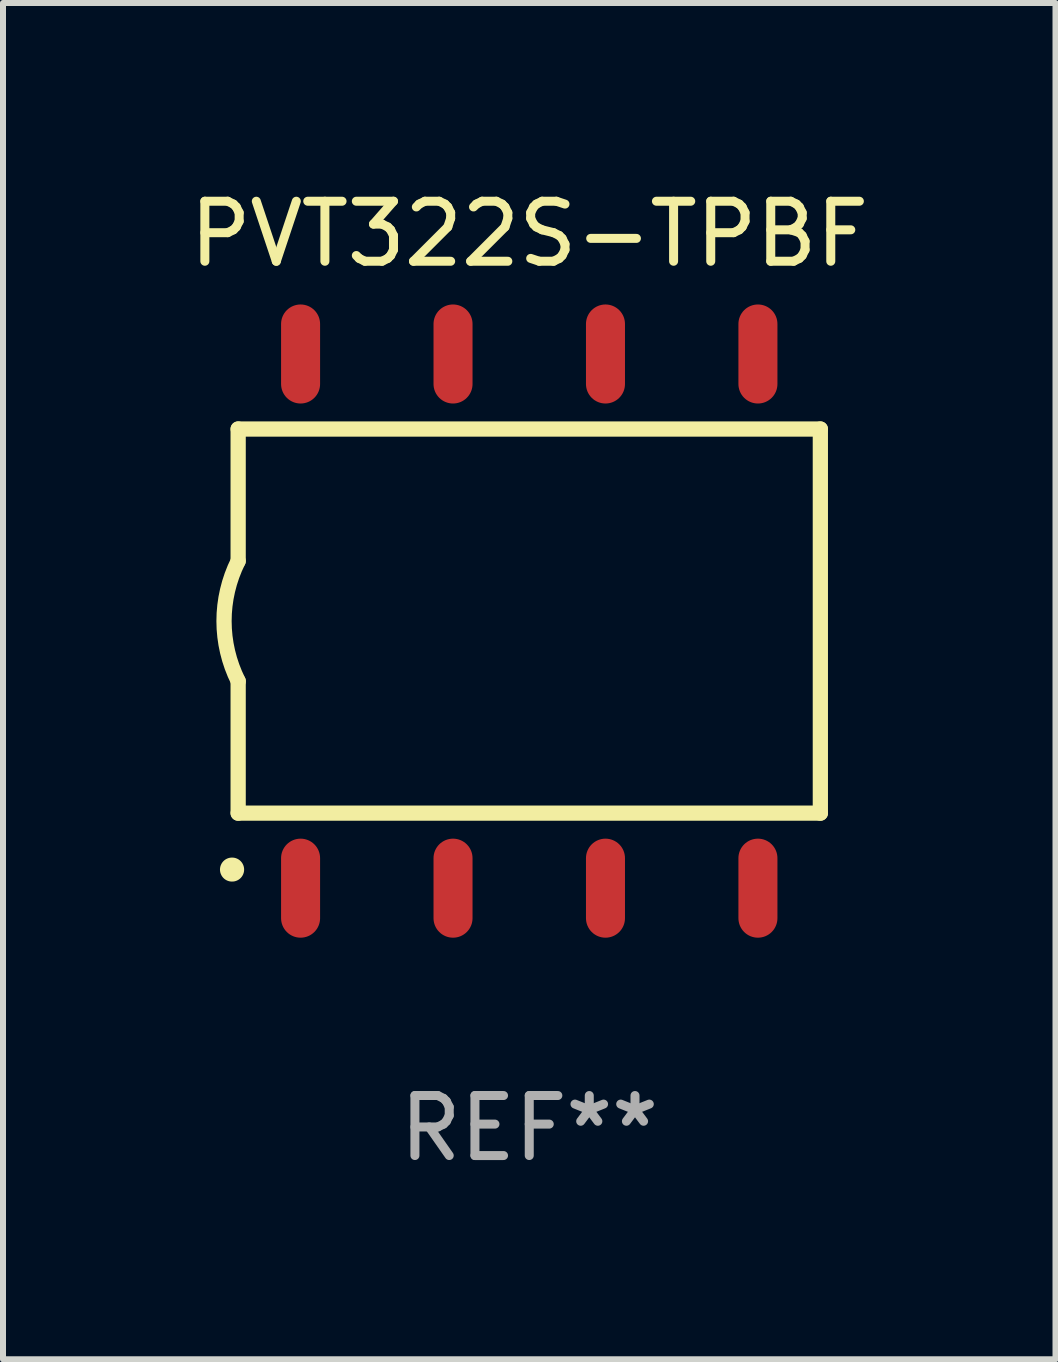
<source format=kicad_pcb>
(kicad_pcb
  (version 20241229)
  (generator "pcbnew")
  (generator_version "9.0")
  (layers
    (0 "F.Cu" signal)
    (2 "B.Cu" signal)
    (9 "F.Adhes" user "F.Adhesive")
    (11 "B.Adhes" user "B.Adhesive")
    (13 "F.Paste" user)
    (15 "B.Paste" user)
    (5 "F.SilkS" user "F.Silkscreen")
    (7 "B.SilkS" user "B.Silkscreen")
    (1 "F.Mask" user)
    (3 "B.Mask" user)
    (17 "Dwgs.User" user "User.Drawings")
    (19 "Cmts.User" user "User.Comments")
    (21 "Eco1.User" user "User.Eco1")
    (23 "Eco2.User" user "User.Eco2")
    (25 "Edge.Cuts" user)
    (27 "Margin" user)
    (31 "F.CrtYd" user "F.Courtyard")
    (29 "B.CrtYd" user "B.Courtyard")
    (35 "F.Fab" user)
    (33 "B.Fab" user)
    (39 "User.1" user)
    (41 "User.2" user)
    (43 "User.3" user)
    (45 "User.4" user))
  (footprint "PVT322S-TPBF"
    (layer "F.Cu")
    (at 5.768 7.298)
    (property "Reference" "PVT322S-TPBF" (at 0 -6.45 0) (layer "F.SilkS") (effects (font (size 1 1) (thickness 0.15))))
    (attr through_hole)
    (fp_line (start -4.85 -3.2) (end -4.85 -1) (stroke (width 0.254) (type solid)) (layer "F.SilkS"))
    (fp_line (start -4.85 -3.2) (end 4.85 -3.2) (stroke (width 0.254) (type solid)) (layer "F.SilkS"))
    (fp_line (start -4.85 3.2) (end -4.85 1) (stroke (width 0.254) (type solid)) (layer "F.SilkS"))
    (fp_line (start 4.85 -3.2) (end 4.85 3.2) (stroke (width 0.254) (type solid)) (layer "F.SilkS"))
    (fp_line (start 4.85 3.2) (end -4.85 3.2) (stroke (width 0.254) (type solid)) (layer "F.SilkS"))
    (fp_arc (start -4.95301 4.140208) (mid -4.95174 4.140204) (end -4.95047 4.140208) (stroke (width 0.4) (type solid)) (layer "F.SilkS"))
    (fp_arc (start -4.84887 1.000762) (mid -5.085418 0.000516) (end -4.850013 -1) (stroke (width 0.254001) (type solid)) (layer "F.SilkS"))
    (fp_text user "REF**" (at 0 8.45 0) (layer "F.Fab") (effects (font (size 1 1) (thickness 0.15))))
    (pad "1" smd oval (at -3.81 4.45) (size 0.65 1.65) (layers "F.Cu" "F.Mask" "F.Paste"))
    (pad "2" smd oval (at -1.27 4.45) (size 0.65 1.65) (layers "F.Cu" "F.Mask" "F.Paste"))
    (pad "3" smd oval (at 1.27 4.45) (size 0.65 1.65) (layers "F.Cu" "F.Mask" "F.Paste"))
    (pad "4" smd oval (at 3.81 4.45) (size 0.65 1.65) (layers "F.Cu" "F.Mask" "F.Paste"))
    (pad "5" smd oval (at 3.81 -4.45 180) (size 0.65 1.65) (layers "F.Cu" "F.Mask" "F.Paste"))
    (pad "6" smd oval (at 1.27 -4.45 180) (size 0.65 1.65) (layers "F.Cu" "F.Mask" "F.Paste"))
    (pad "7" smd oval (at -1.27 -4.45 180) (size 0.65 1.65) (layers "F.Cu" "F.Mask" "F.Paste"))
    (pad "8" smd oval (at -3.81 -4.45 180) (size 0.65 1.65) (layers "F.Cu" "F.Mask" "F.Paste")))
  (gr_rect
    (start -3 -3)
    (end 14.536 19.597)
    (stroke (width 0.1) (type default))
    (fill no)
    (layer "Edge.Cuts")))
</source>
